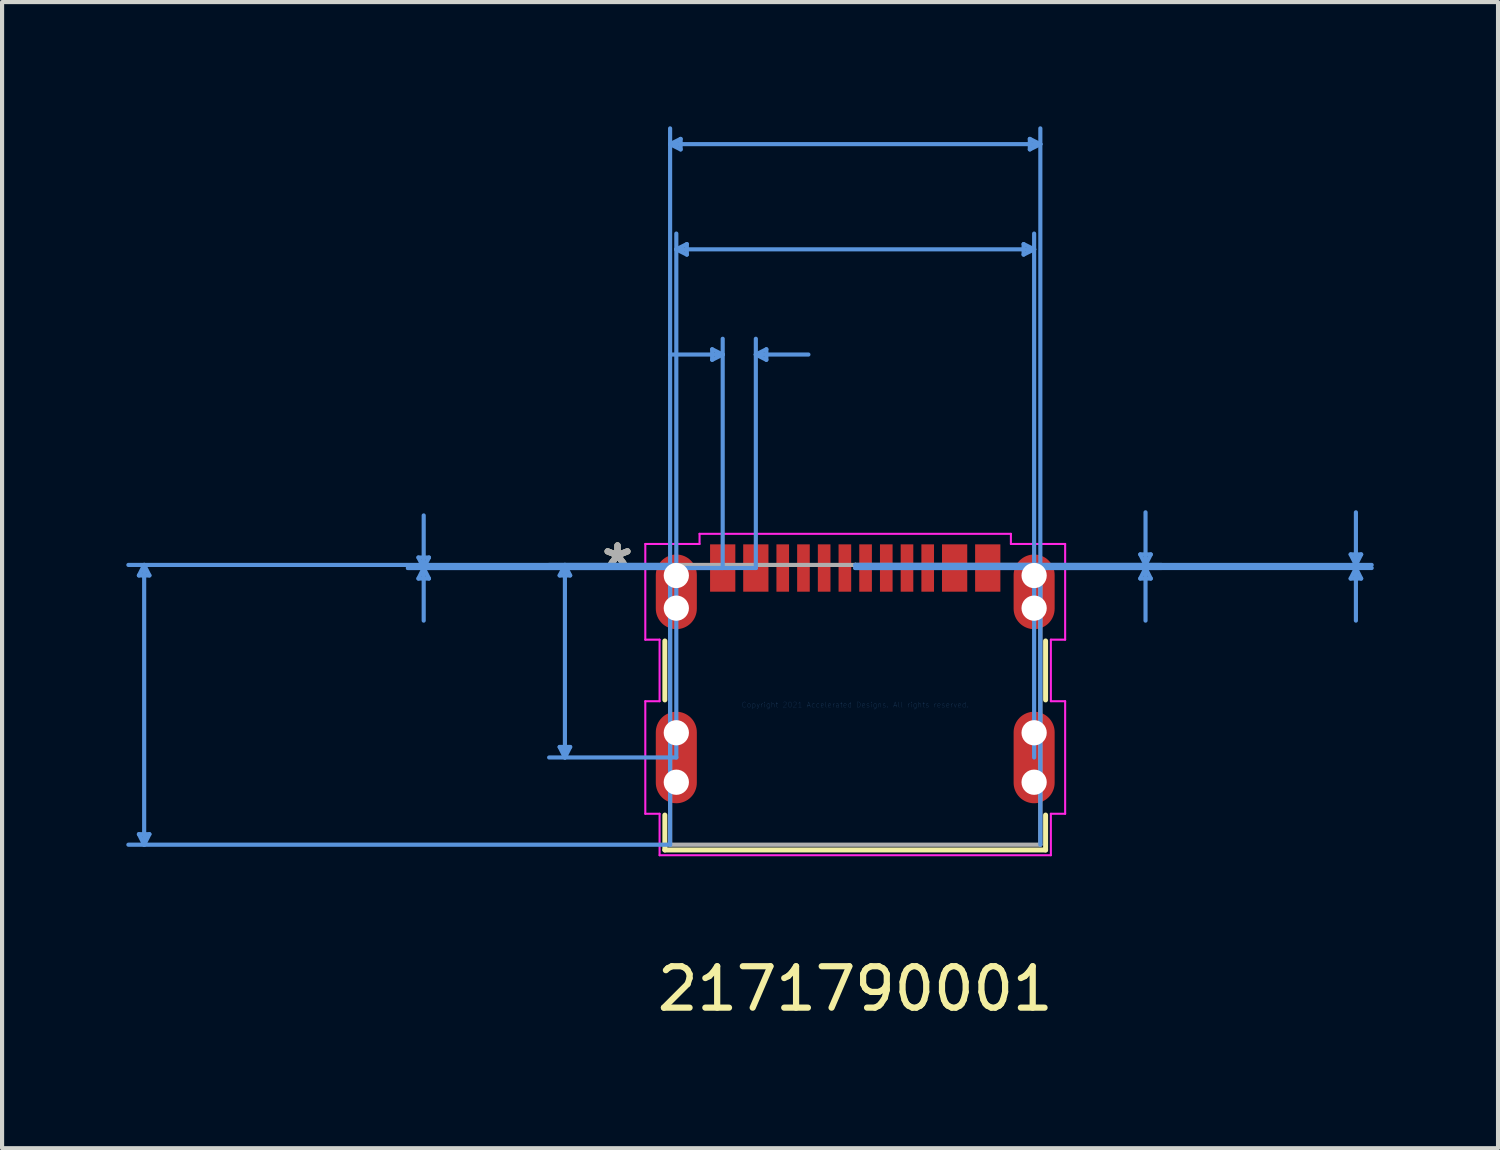
<source format=kicad_pcb>
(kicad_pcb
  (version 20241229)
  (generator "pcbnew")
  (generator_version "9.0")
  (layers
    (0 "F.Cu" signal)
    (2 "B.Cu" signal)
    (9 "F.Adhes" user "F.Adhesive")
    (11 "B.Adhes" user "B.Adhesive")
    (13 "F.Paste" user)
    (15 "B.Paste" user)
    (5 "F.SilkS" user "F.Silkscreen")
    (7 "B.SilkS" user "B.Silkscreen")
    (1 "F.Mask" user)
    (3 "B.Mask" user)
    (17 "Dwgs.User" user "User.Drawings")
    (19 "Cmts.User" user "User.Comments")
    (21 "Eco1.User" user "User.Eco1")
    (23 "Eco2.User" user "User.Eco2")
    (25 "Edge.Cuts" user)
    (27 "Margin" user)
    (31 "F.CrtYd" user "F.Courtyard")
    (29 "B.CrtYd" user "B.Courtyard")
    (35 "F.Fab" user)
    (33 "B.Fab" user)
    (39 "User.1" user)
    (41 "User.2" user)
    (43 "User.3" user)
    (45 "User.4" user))
  (footprint "2171790001"
    (layer "F.Cu")
    (at 17.601 13.969)
    (property "Reference" "2171790001" (at 0 6.858 0) (layer "F.SilkS") (effects (font (size 1 1) (thickness 0.15))))
    (attr through_hole)
    (fp_line (start -4.597 -1.542) (end -4.597 -0.118) (stroke (width 0.12) (type solid)) (layer "F.SilkS"))
    (fp_line (start -4.597 2.662) (end -4.597 3.505) (stroke (width 0.12) (type solid)) (layer "F.SilkS"))
    (fp_line (start -4.597 3.505) (end 4.597 3.505) (stroke (width 0.12) (type solid)) (layer "F.SilkS"))
    (fp_line (start 4.597 -0.118) (end 4.597 -1.542) (stroke (width 0.12) (type solid)) (layer "F.SilkS"))
    (fp_line (start 4.597 3.505) (end 4.597 2.662) (stroke (width 0.12) (type solid)) (layer "F.SilkS"))
    (fp_line (start -17.297 -3.124) (end -17.043 -3.124) (stroke (width 0.1) (type solid)) (layer "Cmts.User"))
    (fp_line (start -17.297 3.124) (end -17.043 3.124) (stroke (width 0.1) (type solid)) (layer "Cmts.User"))
    (fp_line (start -17.17 -3.378) (end -17.297 -3.124) (stroke (width 0.1) (type solid)) (layer "Cmts.User"))
    (fp_line (start -17.17 -3.378) (end -17.17 3.378) (stroke (width 0.1) (type solid)) (layer "Cmts.User"))
    (fp_line (start -17.17 -3.378) (end -17.043 -3.124) (stroke (width 0.1) (type solid)) (layer "Cmts.User"))
    (fp_line (start -17.17 3.378) (end -17.297 3.124) (stroke (width 0.1) (type solid)) (layer "Cmts.User"))
    (fp_line (start -17.17 3.378) (end -17.043 3.124) (stroke (width 0.1) (type solid)) (layer "Cmts.User"))
    (fp_line (start -10.547 -3.557) (end -10.293 -3.557) (stroke (width 0.1) (type solid)) (layer "Cmts.User"))
    (fp_line (start -10.547 -3.049) (end -10.293 -3.049) (stroke (width 0.1) (type solid)) (layer "Cmts.User"))
    (fp_line (start -10.42 -3.303) (end -10.547 -3.557) (stroke (width 0.1) (type solid)) (layer "Cmts.User"))
    (fp_line (start -10.42 -3.303) (end -10.547 -3.049) (stroke (width 0.1) (type solid)) (layer "Cmts.User"))
    (fp_line (start -10.42 -3.303) (end -10.42 -4.573) (stroke (width 0.1) (type solid)) (layer "Cmts.User"))
    (fp_line (start -10.42 -3.303) (end -10.42 -2.033) (stroke (width 0.1) (type solid)) (layer "Cmts.User"))
    (fp_line (start -10.42 -3.303) (end -10.293 -3.557) (stroke (width 0.1) (type solid)) (layer "Cmts.User"))
    (fp_line (start -10.42 -3.303) (end -10.293 -3.049) (stroke (width 0.1) (type solid)) (layer "Cmts.User"))
    (fp_line (start -7.137 -3.124) (end -6.883 -3.124) (stroke (width 0.1) (type solid)) (layer "Cmts.User"))
    (fp_line (start -7.137 1.018) (end -6.883 1.018) (stroke (width 0.1) (type solid)) (layer "Cmts.User"))
    (fp_line (start -7.01 -3.378) (end -7.137 -3.124) (stroke (width 0.1) (type solid)) (layer "Cmts.User"))
    (fp_line (start -7.01 -3.378) (end -7.01 1.272) (stroke (width 0.1) (type solid)) (layer "Cmts.User"))
    (fp_line (start -7.01 -3.378) (end -6.883 -3.124) (stroke (width 0.1) (type solid)) (layer "Cmts.User"))
    (fp_line (start -7.01 1.272) (end -7.137 1.018) (stroke (width 0.1) (type solid)) (layer "Cmts.User"))
    (fp_line (start -7.01 1.272) (end -6.883 1.018) (stroke (width 0.1) (type solid)) (layer "Cmts.User"))
    (fp_line (start -4.47 -13.538) (end -4.216 -13.665) (stroke (width 0.1) (type solid)) (layer "Cmts.User"))
    (fp_line (start -4.47 -13.538) (end -4.216 -13.411) (stroke (width 0.1) (type solid)) (layer "Cmts.User"))
    (fp_line (start -4.47 -13.538) (end 4.47 -13.538) (stroke (width 0.1) (type solid)) (layer "Cmts.User"))
    (fp_line (start -4.47 -3.378) (end -17.551 -3.378) (stroke (width 0.1) (type solid)) (layer "Cmts.User"))
    (fp_line (start -4.47 -3.378) (end -7.391 -3.378) (stroke (width 0.1) (type solid)) (layer "Cmts.User"))
    (fp_line (start -4.47 3.378) (end -17.551 3.378) (stroke (width 0.1) (type solid)) (layer "Cmts.User"))
    (fp_line (start -4.47 3.378) (end -4.47 -13.919) (stroke (width 0.1) (type solid)) (layer "Cmts.User"))
    (fp_line (start -4.32 -10.998) (end -4.066 -11.125) (stroke (width 0.1) (type solid)) (layer "Cmts.User"))
    (fp_line (start -4.32 -10.998) (end -4.066 -10.871) (stroke (width 0.1) (type solid)) (layer "Cmts.User"))
    (fp_line (start -4.32 -10.998) (end 4.32 -10.998) (stroke (width 0.1) (type solid)) (layer "Cmts.User"))
    (fp_line (start -4.32 1.272) (end -7.391 1.272) (stroke (width 0.1) (type solid)) (layer "Cmts.User"))
    (fp_line (start -4.32 1.272) (end -4.32 -11.379) (stroke (width 0.1) (type solid)) (layer "Cmts.User"))
    (fp_line (start -4.216 -13.665) (end -4.216 -13.411) (stroke (width 0.1) (type solid)) (layer "Cmts.User"))
    (fp_line (start -4.066 -11.125) (end -4.066 -10.871) (stroke (width 0.1) (type solid)) (layer "Cmts.User"))
    (fp_line (start -3.454 -8.585) (end -3.454 -8.331) (stroke (width 0.1) (type solid)) (layer "Cmts.User"))
    (fp_line (start -3.2 -8.458) (end -4.47 -8.458) (stroke (width 0.1) (type solid)) (layer "Cmts.User"))
    (fp_line (start -3.2 -8.458) (end -3.454 -8.585) (stroke (width 0.1) (type solid)) (layer "Cmts.User"))
    (fp_line (start -3.2 -8.458) (end -3.454 -8.331) (stroke (width 0.1) (type solid)) (layer "Cmts.User"))
    (fp_line (start -3.2 -3.303) (end -10.801 -3.303) (stroke (width 0.1) (type solid)) (layer "Cmts.User"))
    (fp_line (start -3.2 -3.303) (end -3.2 -8.839) (stroke (width 0.1) (type solid)) (layer "Cmts.User"))
    (fp_line (start -2.4 -8.458) (end -2.146 -8.585) (stroke (width 0.1) (type solid)) (layer "Cmts.User"))
    (fp_line (start -2.4 -8.458) (end -2.146 -8.331) (stroke (width 0.1) (type solid)) (layer "Cmts.User"))
    (fp_line (start -2.4 -8.458) (end -1.13 -8.458) (stroke (width 0.1) (type solid)) (layer "Cmts.User"))
    (fp_line (start -2.4 -3.303) (end -10.801 -3.303) (stroke (width 0.1) (type solid)) (layer "Cmts.User"))
    (fp_line (start -2.4 -3.303) (end -2.4 -8.839) (stroke (width 0.1) (type solid)) (layer "Cmts.User"))
    (fp_line (start -2.146 -8.585) (end -2.146 -8.331) (stroke (width 0.1) (type solid)) (layer "Cmts.User"))
    (fp_line (start 0 -3.378) (end 7.391 -3.378) (stroke (width 0.1) (type solid)) (layer "Cmts.User"))
    (fp_line (start 0 -3.378) (end 12.471 -3.378) (stroke (width 0.1) (type solid)) (layer "Cmts.User"))
    (fp_line (start 0 -3.303) (end 7.391 -3.303) (stroke (width 0.1) (type solid)) (layer "Cmts.User"))
    (fp_line (start 0 -3.303) (end 12.471 -3.303) (stroke (width 0.1) (type solid)) (layer "Cmts.User"))
    (fp_line (start 4.066 -11.125) (end 4.066 -10.871) (stroke (width 0.1) (type solid)) (layer "Cmts.User"))
    (fp_line (start 4.216 -13.665) (end 4.216 -13.411) (stroke (width 0.1) (type solid)) (layer "Cmts.User"))
    (fp_line (start 4.32 -10.998) (end 4.066 -11.125) (stroke (width 0.1) (type solid)) (layer "Cmts.User"))
    (fp_line (start 4.32 -10.998) (end 4.066 -10.871) (stroke (width 0.1) (type solid)) (layer "Cmts.User"))
    (fp_line (start 4.32 1.272) (end 4.32 -11.379) (stroke (width 0.1) (type solid)) (layer "Cmts.User"))
    (fp_line (start 4.47 -13.538) (end 4.216 -13.665) (stroke (width 0.1) (type solid)) (layer "Cmts.User"))
    (fp_line (start 4.47 -13.538) (end 4.216 -13.411) (stroke (width 0.1) (type solid)) (layer "Cmts.User"))
    (fp_line (start 4.47 3.378) (end 4.47 -13.919) (stroke (width 0.1) (type solid)) (layer "Cmts.User"))
    (fp_line (start 6.883 -3.632) (end 7.137 -3.632) (stroke (width 0.1) (type solid)) (layer "Cmts.User"))
    (fp_line (start 6.883 -3.049) (end 7.137 -3.049) (stroke (width 0.1) (type solid)) (layer "Cmts.User"))
    (fp_line (start 7.01 -3.378) (end 6.883 -3.632) (stroke (width 0.1) (type solid)) (layer "Cmts.User"))
    (fp_line (start 7.01 -3.378) (end 7.01 -4.648) (stroke (width 0.1) (type solid)) (layer "Cmts.User"))
    (fp_line (start 7.01 -3.378) (end 7.137 -3.632) (stroke (width 0.1) (type solid)) (layer "Cmts.User"))
    (fp_line (start 7.01 -3.303) (end 6.883 -3.049) (stroke (width 0.1) (type solid)) (layer "Cmts.User"))
    (fp_line (start 7.01 -3.303) (end 7.01 -2.033) (stroke (width 0.1) (type solid)) (layer "Cmts.User"))
    (fp_line (start 7.01 -3.303) (end 7.137 -3.049) (stroke (width 0.1) (type solid)) (layer "Cmts.User"))
    (fp_line (start 11.963 -3.632) (end 12.217 -3.632) (stroke (width 0.1) (type solid)) (layer "Cmts.User"))
    (fp_line (start 11.963 -3.049) (end 12.217 -3.049) (stroke (width 0.1) (type solid)) (layer "Cmts.User"))
    (fp_line (start 12.09 -3.378) (end 11.963 -3.632) (stroke (width 0.1) (type solid)) (layer "Cmts.User"))
    (fp_line (start 12.09 -3.378) (end 12.09 -4.648) (stroke (width 0.1) (type solid)) (layer "Cmts.User"))
    (fp_line (start 12.09 -3.378) (end 12.217 -3.632) (stroke (width 0.1) (type solid)) (layer "Cmts.User"))
    (fp_line (start 12.09 -3.303) (end 11.963 -3.049) (stroke (width 0.1) (type solid)) (layer "Cmts.User"))
    (fp_line (start 12.09 -3.303) (end 12.09 -2.033) (stroke (width 0.1) (type solid)) (layer "Cmts.User"))
    (fp_line (start 12.09 -3.303) (end 12.217 -3.049) (stroke (width 0.1) (type solid)) (layer "Cmts.User"))
    (fp_line (start -5.069 -3.884) (end -5.069 -1.573) (stroke (width 0.05) (type solid)) (layer "F.CrtYd"))
    (fp_line (start -5.069 -1.573) (end -4.724 -1.573) (stroke (width 0.05) (type solid)) (layer "F.CrtYd"))
    (fp_line (start -5.069 -0.087) (end -5.069 2.631) (stroke (width 0.05) (type solid)) (layer "F.CrtYd"))
    (fp_line (start -5.069 2.631) (end -4.724 2.631) (stroke (width 0.05) (type solid)) (layer "F.CrtYd"))
    (fp_line (start -4.724 -1.573) (end -4.724 -0.087) (stroke (width 0.05) (type solid)) (layer "F.CrtYd"))
    (fp_line (start -4.724 -0.087) (end -5.069 -0.087) (stroke (width 0.05) (type solid)) (layer "F.CrtYd"))
    (fp_line (start -4.724 2.631) (end -4.724 3.632) (stroke (width 0.05) (type solid)) (layer "F.CrtYd"))
    (fp_line (start -4.724 3.632) (end 4.724 3.632) (stroke (width 0.05) (type solid)) (layer "F.CrtYd"))
    (fp_line (start -3.759 -4.129) (end -3.759 -3.884) (stroke (width 0.05) (type solid)) (layer "F.CrtYd"))
    (fp_line (start -3.759 -3.884) (end -5.069 -3.884) (stroke (width 0.05) (type solid)) (layer "F.CrtYd"))
    (fp_line (start 3.759 -4.129) (end -3.759 -4.129) (stroke (width 0.05) (type solid)) (layer "F.CrtYd"))
    (fp_line (start 3.759 -3.884) (end 3.759 -4.129) (stroke (width 0.05) (type solid)) (layer "F.CrtYd"))
    (fp_line (start 4.724 -1.573) (end 5.069 -1.573) (stroke (width 0.05) (type solid)) (layer "F.CrtYd"))
    (fp_line (start 4.724 -0.087) (end 4.724 -1.573) (stroke (width 0.05) (type solid)) (layer "F.CrtYd"))
    (fp_line (start 4.724 2.631) (end 5.069 2.631) (stroke (width 0.05) (type solid)) (layer "F.CrtYd"))
    (fp_line (start 4.724 3.632) (end 4.724 2.631) (stroke (width 0.05) (type solid)) (layer "F.CrtYd"))
    (fp_line (start 5.069 -3.884) (end 3.759 -3.884) (stroke (width 0.05) (type solid)) (layer "F.CrtYd"))
    (fp_line (start 5.069 -1.573) (end 5.069 -3.884) (stroke (width 0.05) (type solid)) (layer "F.CrtYd"))
    (fp_line (start 5.069 -0.087) (end 4.724 -0.087) (stroke (width 0.05) (type solid)) (layer "F.CrtYd"))
    (fp_line (start 5.069 2.631) (end 5.069 -0.087) (stroke (width 0.05) (type solid)) (layer "F.CrtYd"))
    (fp_line (start -4.47 -3.378) (end -4.47 3.378) (stroke (width 0.1) (type solid)) (layer "F.Fab"))
    (fp_line (start -4.47 3.378) (end 4.47 3.378) (stroke (width 0.1) (type solid)) (layer "F.Fab"))
    (fp_line (start 0 -3.378) (end 0 -3.378) (stroke (width 0.1) (type solid)) (layer "F.Fab"))
    (fp_line (start 0 -3.378) (end 0 -3.378) (stroke (width 0.1) (type solid)) (layer "F.Fab"))
    (fp_line (start 0 -3.378) (end 0 -3.378) (stroke (width 0.1) (type solid)) (layer "F.Fab"))
    (fp_line (start 0 -3.378) (end 0 -3.378) (stroke (width 0.1) (type solid)) (layer "F.Fab"))
    (fp_line (start 4.47 -3.378) (end -4.47 -3.378) (stroke (width 0.1) (type solid)) (layer "F.Fab"))
    (fp_line (start 4.47 3.378) (end 4.47 -3.378) (stroke (width 0.1) (type solid)) (layer "F.Fab"))
    (fp_text user "*" (at -5.74 -3.303 0) (layer "F.SilkS") (effects (font (size 1 1) (thickness 0.15))))
    (fp_text user "Copyright 2021 Accelerated Designs. All rights reserved." (at 0 0 0) (layer "Cmts.User") (effects (font (size 0.127 0.127) (thickness 0.002))))
    (fp_text user "*" (at -5.74 -3.303 0) (layer "F.Fab") (effects (font (size 1 1) (thickness 0.15))))
    (fp_text user "*" (at -5.74 -3.303 0) (layer "F.Fab") (effects (font (size 1 1) (thickness 0.15))))
    (pad "" np_thru_hole circle (at -4.32 -3.122) (size 0.61 0.61) (drill 0.61) (layers "*.Cu" "*.Mask"))
    (pad "" np_thru_hole circle (at -4.32 -2.334) (size 0.61 0.61) (drill 0.61) (layers "*.Cu" "*.Mask"))
    (pad "" np_thru_hole circle (at -4.32 0.675) (size 0.61 0.61) (drill 0.61) (layers "*.Cu" "*.Mask"))
    (pad "" np_thru_hole circle (at -4.32 1.869) (size 0.61 0.61) (drill 0.61) (layers "*.Cu" "*.Mask"))
    (pad "" np_thru_hole circle (at 4.32 -3.122) (size 0.61 0.61) (drill 0.61) (layers "*.Cu" "*.Mask"))
    (pad "" np_thru_hole circle (at 4.32 -2.334) (size 0.61 0.61) (drill 0.61) (layers "*.Cu" "*.Mask"))
    (pad "" np_thru_hole circle (at 4.32 0.675) (size 0.61 0.61) (drill 0.61) (layers "*.Cu" "*.Mask"))
    (pad "" np_thru_hole circle (at 4.32 1.869) (size 0.61 0.61) (drill 0.61) (layers "*.Cu" "*.Mask"))
    (pad "13" smd oval (at -4.32 1.272) (size 0.991 2.21) (layers "F.Cu" "F.Mask" "F.Paste"))
    (pad "14" smd oval (at 4.32 1.272) (size 0.991 2.21) (layers "F.Cu" "F.Mask" "F.Paste"))
    (pad "15" smd oval (at -4.32 -2.728) (size 0.991 1.803) (layers "F.Cu" "F.Mask" "F.Paste"))
    (pad "16" smd oval (at 4.32 -2.728) (size 0.991 1.803) (layers "F.Cu" "F.Mask" "F.Paste"))
    (pad "A1/B12" smd rect (at -3.2 -3.303) (size 0.61 1.143) (layers "F.Cu" "F.Mask" "F.Paste"))
    (pad "A4/B9" smd rect (at -2.4 -3.303) (size 0.61 1.143) (layers "F.Cu" "F.Mask" "F.Paste"))
    (pad "A5" smd rect (at -1.25 -3.303) (size 0.305 1.143) (layers "F.Cu" "F.Mask" "F.Paste"))
    (pad "A6" smd rect (at -0.25 -3.303) (size 0.305 1.143) (layers "F.Cu" "F.Mask" "F.Paste"))
    (pad "A7" smd rect (at 0.25 -3.303) (size 0.305 1.143) (layers "F.Cu" "F.Mask" "F.Paste"))
    (pad "A8" smd rect (at 1.25 -3.303) (size 0.305 1.143) (layers "F.Cu" "F.Mask" "F.Paste"))
    (pad "B1/A12" smd rect (at 3.2 -3.303) (size 0.61 1.143) (layers "F.Cu" "F.Mask" "F.Paste"))
    (pad "B4/A9" smd rect (at 2.4 -3.303) (size 0.61 1.143) (layers "F.Cu" "F.Mask" "F.Paste"))
    (pad "B5" smd rect (at 1.75 -3.303) (size 0.305 1.143) (layers "F.Cu" "F.Mask" "F.Paste"))
    (pad "B6" smd rect (at 0.75 -3.303) (size 0.305 1.143) (layers "F.Cu" "F.Mask" "F.Paste"))
    (pad "B7" smd rect (at -0.75 -3.303) (size 0.305 1.143) (layers "F.Cu" "F.Mask" "F.Paste"))
    (pad "B8" smd rect (at -1.75 -3.303) (size 0.305 1.143) (layers "F.Cu" "F.Mask" "F.Paste")))
  (gr_rect
    (start -3 -3)
    (end 33.123 24.675)
    (stroke (width 0.1) (type default))
    (fill no)
    (layer "Edge.Cuts")))
</source>
